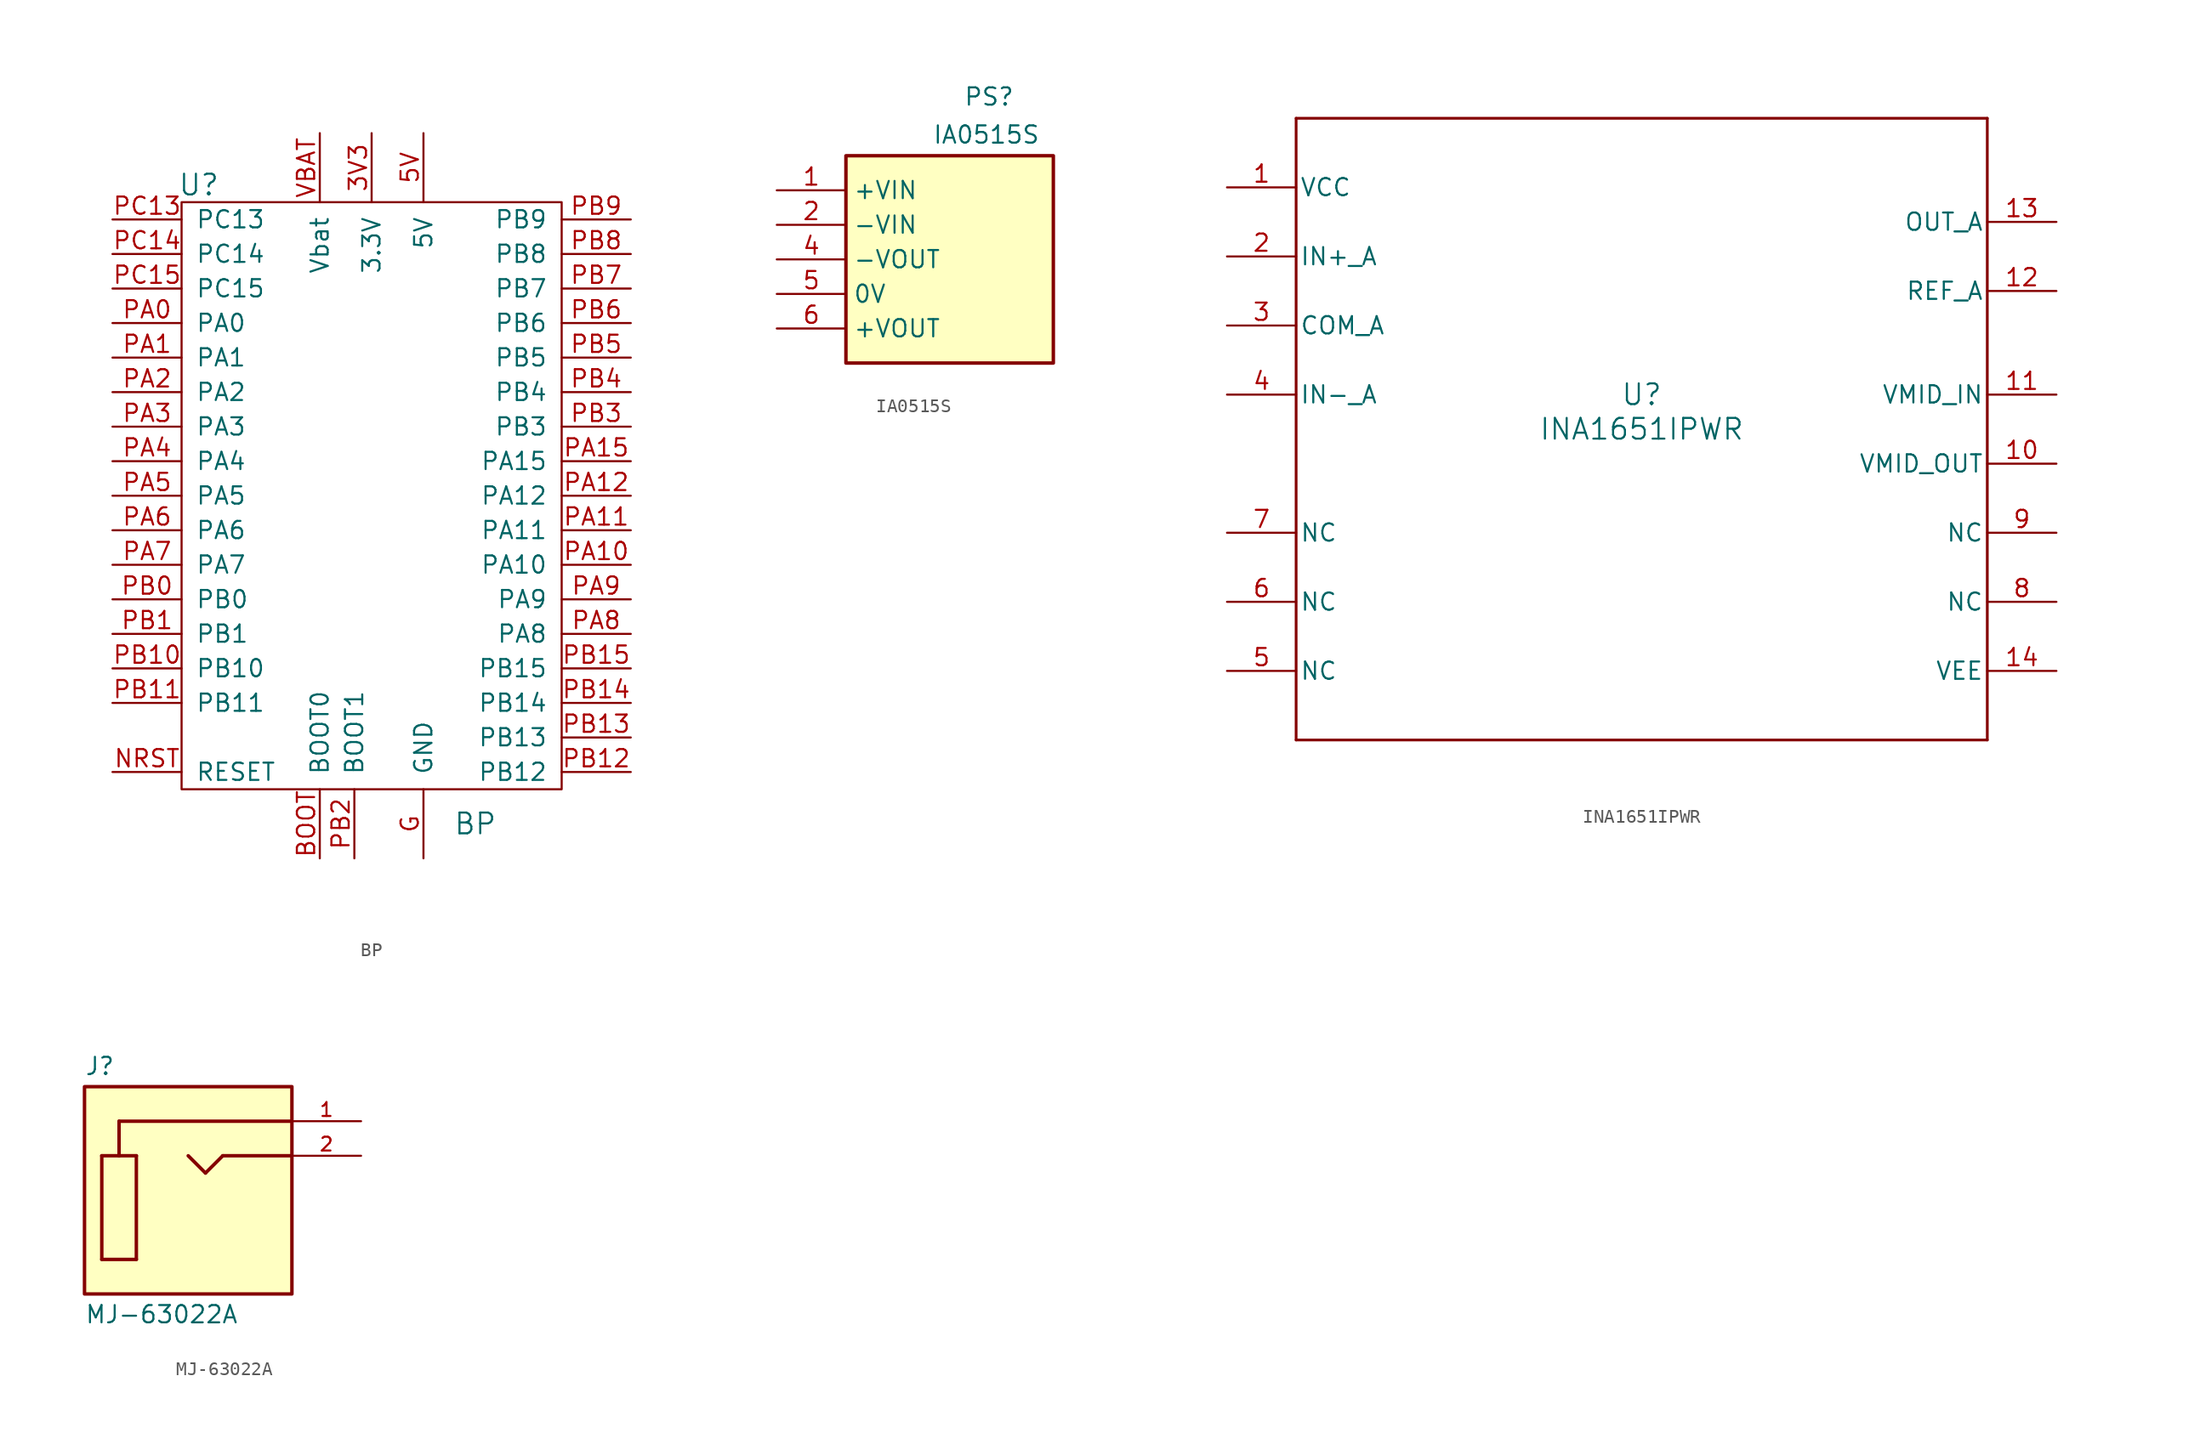
<source format=kicad_sym>
(kicad_symbol_lib
  (version 20231120)
  (generator "kicad_symbol_editor")
  (generator_version "8.0")
  (symbol "BP"
    (pin_names
      (offset 1.016))
    (property "Reference" "U"
      (at -12.7 22.86 0)
      (effects (font (size 1.524 1.524))))
    (property "Value" "BP"
      (at 7.62 -24.13 0)
      (effects (font (size 1.524 1.524))))
    (symbol "BP_0_1"
      (rectangle (start -13.97 21.59) (end 13.97 -21.59) (stroke (width 0) (type solid)) (fill (type none))))
    (symbol "BP_1_1"
      (pin power_out line (at 0 26.67 270) (length 5.08) (name "3.3V" (effects (font (size 1.27 1.27)))) (number "3V3" (effects (font (size 1.27 1.27)))))
      (pin power_out line (at 3.81 26.67 270) (length 5.08) (name "5V" (effects (font (size 1.27 1.27)))) (number "5V" (effects (font (size 1.27 1.27)))))
      (pin input line (at -3.81 -26.67 90) (length 5.08) (name "BOOT0" (effects (font (size 1.27 1.27)))) (number "BOOT" (effects (font (size 1.27 1.27)))))
      (pin power_out line (at 3.81 -26.67 90) (length 5.08) (name "GND" (effects (font (size 1.27 1.27)))) (number "G" (effects (font (size 1.27 1.27)))))
      (pin input line (at -19.05 -20.32 0) (length 5.08) (name "RESET" (effects (font (size 1.27 1.27)))) (number "NRST" (effects (font (size 1.27 1.27)))))
      (pin bidirectional line (at -19.05 12.7 0) (length 5.08) (name "PA0" (effects (font (size 1.27 1.27)))) (number "PA0" (effects (font (size 1.27 1.27)))))
      (pin bidirectional line (at -19.05 10.16 0) (length 5.08) (name "PA1" (effects (font (size 1.27 1.27)))) (number "PA1" (effects (font (size 1.27 1.27)))))
      (pin bidirectional line (at 19.05 -5.08 180) (length 5.08) (name "PA10" (effects (font (size 1.27 1.27)))) (number "PA10" (effects (font (size 1.27 1.27)))))
      (pin bidirectional line (at 19.05 -2.54 180) (length 5.08) (name "PA11" (effects (font (size 1.27 1.27)))) (number "PA11" (effects (font (size 1.27 1.27)))))
      (pin bidirectional line (at 19.05 0 180) (length 5.08) (name "PA12" (effects (font (size 1.27 1.27)))) (number "PA12" (effects (font (size 1.27 1.27)))))
      (pin bidirectional line (at 19.05 2.54 180) (length 5.08) (name "PA15" (effects (font (size 1.27 1.27)))) (number "PA15" (effects (font (size 1.27 1.27)))))
      (pin bidirectional line (at -19.05 7.62 0) (length 5.08) (name "PA2" (effects (font (size 1.27 1.27)))) (number "PA2" (effects (font (size 1.27 1.27)))))
      (pin bidirectional line (at -19.05 5.08 0) (length 5.08) (name "PA3" (effects (font (size 1.27 1.27)))) (number "PA3" (effects (font (size 1.27 1.27)))))
      (pin bidirectional line (at -19.05 2.54 0) (length 5.08) (name "PA4" (effects (font (size 1.27 1.27)))) (number "PA4" (effects (font (size 1.27 1.27)))))
      (pin bidirectional line (at -19.05 0 0) (length 5.08) (name "PA5" (effects (font (size 1.27 1.27)))) (number "PA5" (effects (font (size 1.27 1.27)))))
      (pin bidirectional line (at -19.05 -2.54 0) (length 5.08) (name "PA6" (effects (font (size 1.27 1.27)))) (number "PA6" (effects (font (size 1.27 1.27)))))
      (pin bidirectional line (at -19.05 -5.08 0) (length 5.08) (name "PA7" (effects (font (size 1.27 1.27)))) (number "PA7" (effects (font (size 1.27 1.27)))))
      (pin bidirectional line (at 19.05 -10.16 180) (length 5.08) (name "PA8" (effects (font (size 1.27 1.27)))) (number "PA8" (effects (font (size 1.27 1.27)))))
      (pin bidirectional line (at 19.05 -7.62 180) (length 5.08) (name "PA9" (effects (font (size 1.27 1.27)))) (number "PA9" (effects (font (size 1.27 1.27)))))
      (pin bidirectional line (at -19.05 -7.62 0) (length 5.08) (name "PB0" (effects (font (size 1.27 1.27)))) (number "PB0" (effects (font (size 1.27 1.27)))))
      (pin bidirectional line (at -19.05 -10.16 0) (length 5.08) (name "PB1" (effects (font (size 1.27 1.27)))) (number "PB1" (effects (font (size 1.27 1.27)))))
      (pin bidirectional line (at -19.05 -12.7 0) (length 5.08) (name "PB10" (effects (font (size 1.27 1.27)))) (number "PB10" (effects (font (size 1.27 1.27)))))
      (pin bidirectional line (at -19.05 -15.24 0) (length 5.08) (name "PB11" (effects (font (size 1.27 1.27)))) (number "PB11" (effects (font (size 1.27 1.27)))))
      (pin bidirectional line (at 19.05 -20.32 180) (length 5.08) (name "PB12" (effects (font (size 1.27 1.27)))) (number "PB12" (effects (font (size 1.27 1.27)))))
      (pin bidirectional line (at 19.05 -17.78 180) (length 5.08) (name "PB13" (effects (font (size 1.27 1.27)))) (number "PB13" (effects (font (size 1.27 1.27)))))
      (pin bidirectional line (at 19.05 -15.24 180) (length 5.08) (name "PB14" (effects (font (size 1.27 1.27)))) (number "PB14" (effects (font (size 1.27 1.27)))))
      (pin bidirectional line (at 19.05 -12.7 180) (length 5.08) (name "PB15" (effects (font (size 1.27 1.27)))) (number "PB15" (effects (font (size 1.27 1.27)))))
      (pin input line (at -1.27 -26.67 90) (length 5.08) (name "BOOT1" (effects (font (size 1.27 1.27)))) (number "PB2" (effects (font (size 1.27 1.27)))))
      (pin bidirectional line (at 19.05 5.08 180) (length 5.08) (name "PB3" (effects (font (size 1.27 1.27)))) (number "PB3" (effects (font (size 1.27 1.27)))))
      (pin bidirectional line (at 19.05 7.62 180) (length 5.08) (name "PB4" (effects (font (size 1.27 1.27)))) (number "PB4" (effects (font (size 1.27 1.27)))))
      (pin bidirectional line (at 19.05 10.16 180) (length 5.08) (name "PB5" (effects (font (size 1.27 1.27)))) (number "PB5" (effects (font (size 1.27 1.27)))))
      (pin bidirectional line (at 19.05 12.7 180) (length 5.08) (name "PB6" (effects (font (size 1.27 1.27)))) (number "PB6" (effects (font (size 1.27 1.27)))))
      (pin bidirectional line (at 19.05 15.24 180) (length 5.08) (name "PB7" (effects (font (size 1.27 1.27)))) (number "PB7" (effects (font (size 1.27 1.27)))))
      (pin bidirectional line (at 19.05 17.78 180) (length 5.08) (name "PB8" (effects (font (size 1.27 1.27)))) (number "PB8" (effects (font (size 1.27 1.27)))))
      (pin bidirectional line (at 19.05 20.32 180) (length 5.08) (name "PB9" (effects (font (size 1.27 1.27)))) (number "PB9" (effects (font (size 1.27 1.27)))))
      (pin bidirectional line (at -19.05 20.32 0) (length 5.08) (name "PC13" (effects (font (size 1.27 1.27)))) (number "PC13" (effects (font (size 1.27 1.27)))))
      (pin bidirectional line (at -19.05 17.78 0) (length 5.08) (name "PC14" (effects (font (size 1.27 1.27)))) (number "PC14" (effects (font (size 1.27 1.27)))))
      (pin bidirectional line (at -19.05 15.24 0) (length 5.08) (name "PC15" (effects (font (size 1.27 1.27)))) (number "PC15" (effects (font (size 1.27 1.27)))))
      (pin power_in line (at -3.81 26.67 270) (length 5.08) (name "Vbat" (effects (font (size 1.27 1.27)))) (number "VBAT" (effects (font (size 1.27 1.27)))))))
  (symbol "IA0515S"
    (property "Reference" "PS"
      (at 13.716 7.62 0)
      (effects (font (size 1.27 1.27)) (justify left top)))
    (property "Value" "IA0515S"
      (at 11.43 4.826 0)
      (effects (font (size 1.27 1.27)) (justify left top)))
    (symbol "IA0515S_1_1"
      (rectangle (start 5.08 2.54) (end 20.32 -12.7) (stroke (width 0.254) (type default)) (fill (type background)))
      (pin passive line (at 0 0 0) (length 5.08) (name "+VIN" (effects (font (size 1.27 1.27)))) (number "1" (effects (font (size 1.27 1.27)))))
      (pin passive line (at 0 -2.54 0) (length 5.08) (name "-VIN" (effects (font (size 1.27 1.27)))) (number "2" (effects (font (size 1.27 1.27)))))
      (pin passive line (at 0 -5.08 0) (length 5.08) (name "-VOUT" (effects (font (size 1.27 1.27)))) (number "4" (effects (font (size 1.27 1.27)))))
      (pin passive line (at 0 -7.62 0) (length 5.08) (name "0V" (effects (font (size 1.27 1.27)))) (number "5" (effects (font (size 1.27 1.27)))))
      (pin passive line (at 0 -10.16 0) (length 5.08) (name "+VOUT" (effects (font (size 1.27 1.27)))) (number "6" (effects (font (size 1.27 1.27)))))))
  (symbol "INA1651IPWR"
    (pin_names
      (offset 0.254))
    (property "Reference" "U"
      (at 0 2.54 0)
      (effects (font (size 1.524 1.524))))
    (property "Value" "INA1651IPWR"
      (at 0 0 0)
      (effects (font (size 1.524 1.524))))
    (property "ki_locked" ""
      (at 0 0 0)
      (effects (font (size 1.27 1.27))))
    (symbol "INA1651IPWR_1_1"
      (polyline (pts (xy -25.4 -22.86) (xy 25.4 -22.86)) (stroke (width 0.203) (type default)) (fill (type none)))
      (polyline (pts (xy -25.4 22.86) (xy -25.4 -22.86)) (stroke (width 0.203) (type default)) (fill (type none)))
      (polyline (pts (xy 25.4 -22.86) (xy 25.4 22.86)) (stroke (width 0.203) (type default)) (fill (type none)))
      (polyline (pts (xy 25.4 22.86) (xy -25.4 22.86)) (stroke (width 0.203) (type default)) (fill (type none)))
      (pin power_in line (at -30.48 17.78 0) (length 5.08) (name "VCC" (effects (font (size 1.27 1.27)))) (number "1" (effects (font (size 1.27 1.27)))))
      (pin output line (at 30.48 -2.54 180) (length 5.08) (name "VMID_OUT" (effects (font (size 1.27 1.27)))) (number "10" (effects (font (size 1.27 1.27)))))
      (pin input line (at 30.48 2.54 180) (length 5.08) (name "VMID_IN" (effects (font (size 1.27 1.27)))) (number "11" (effects (font (size 1.27 1.27)))))
      (pin input line (at 30.48 10.16 180) (length 5.08) (name "REF_A" (effects (font (size 1.27 1.27)))) (number "12" (effects (font (size 1.27 1.27)))))
      (pin output line (at 30.48 15.24 180) (length 5.08) (name "OUT_A" (effects (font (size 1.27 1.27)))) (number "13" (effects (font (size 1.27 1.27)))))
      (pin power_in line (at 30.48 -17.78 180) (length 5.08) (name "VEE" (effects (font (size 1.27 1.27)))) (number "14" (effects (font (size 1.27 1.27)))))
      (pin input line (at -30.48 12.7 0) (length 5.08) (name "IN+_A" (effects (font (size 1.27 1.27)))) (number "2" (effects (font (size 1.27 1.27)))))
      (pin input line (at -30.48 7.62 0) (length 5.08) (name "COM_A" (effects (font (size 1.27 1.27)))) (number "3" (effects (font (size 1.27 1.27)))))
      (pin input line (at -30.48 2.54 0) (length 5.08) (name "IN-_A" (effects (font (size 1.27 1.27)))) (number "4" (effects (font (size 1.27 1.27)))))
      (pin unspecified line (at -30.48 -17.78 0) (length 5.08) (name "NC" (effects (font (size 1.27 1.27)))) (number "5" (effects (font (size 1.27 1.27)))))
      (pin unspecified line (at -30.48 -12.7 0) (length 5.08) (name "NC" (effects (font (size 1.27 1.27)))) (number "6" (effects (font (size 1.27 1.27)))))
      (pin unspecified line (at -30.48 -7.62 0) (length 5.08) (name "NC" (effects (font (size 1.27 1.27)))) (number "7" (effects (font (size 1.27 1.27)))))
      (pin unspecified line (at 30.48 -12.7 180) (length 5.08) (name "NC" (effects (font (size 1.27 1.27)))) (number "8" (effects (font (size 1.27 1.27)))))
      (pin unspecified line (at 30.48 -7.62 180) (length 5.08) (name "NC" (effects (font (size 1.27 1.27)))) (number "9" (effects (font (size 1.27 1.27)))))))
  (symbol "MJ-63022A"
    (pin_names
      (offset 1.016))
    (property "Reference" "J"
      (at -7.62 8.382 0)
      (effects (font (size 1.27 1.27)) (justify left bottom)))
    (property "Value" "MJ-63022A"
      (at -7.62 -8.382 0)
      (effects (font (size 1.27 1.27)) (justify left top)))
    (symbol "MJ-63022A_0_0"
      (rectangle (start -7.62 7.62) (end 7.62 -7.62) (stroke (width 0.254) (type default)) (fill (type background)))
      (polyline (pts (xy -6.35 -5.08) (xy -6.35 2.54)) (stroke (width 0.254) (type default)) (fill (type none)))
      (polyline (pts (xy -6.35 2.54) (xy -5.08 2.54)) (stroke (width 0.254) (type default)) (fill (type none)))
      (polyline (pts (xy -5.08 2.54) (xy -5.08 5.08)) (stroke (width 0.254) (type default)) (fill (type none)))
      (polyline (pts (xy -5.08 2.54) (xy -3.81 2.54)) (stroke (width 0.254) (type default)) (fill (type none)))
      (polyline (pts (xy -5.08 5.08) (xy 7.62 5.08)) (stroke (width 0.254) (type default)) (fill (type none)))
      (polyline (pts (xy -3.81 -5.08) (xy -6.35 -5.08)) (stroke (width 0.254) (type default)) (fill (type none)))
      (polyline (pts (xy -3.81 2.54) (xy -3.81 -5.08)) (stroke (width 0.254) (type default)) (fill (type none)))
      (polyline (pts (xy 0 2.54) (xy 1.27 1.27)) (stroke (width 0.254) (type default)) (fill (type none)))
      (polyline (pts (xy 1.27 1.27) (xy 2.54 2.54)) (stroke (width 0.254) (type default)) (fill (type none)))
      (polyline (pts (xy 2.54 2.54) (xy 7.62 2.54)) (stroke (width 0.254) (type default)) (fill (type none)))
      (pin passive line (at 12.7 5.08 180) (length 5.08) (name "~" (effects (font (size 1.016 1.016)))) (number "1" (effects (font (size 1.016 1.016)))))
      (pin passive line (at 12.7 2.54 180) (length 5.08) (name "~" (effects (font (size 1.016 1.016)))) (number "2" (effects (font (size 1.016 1.016))))))))
</source>
